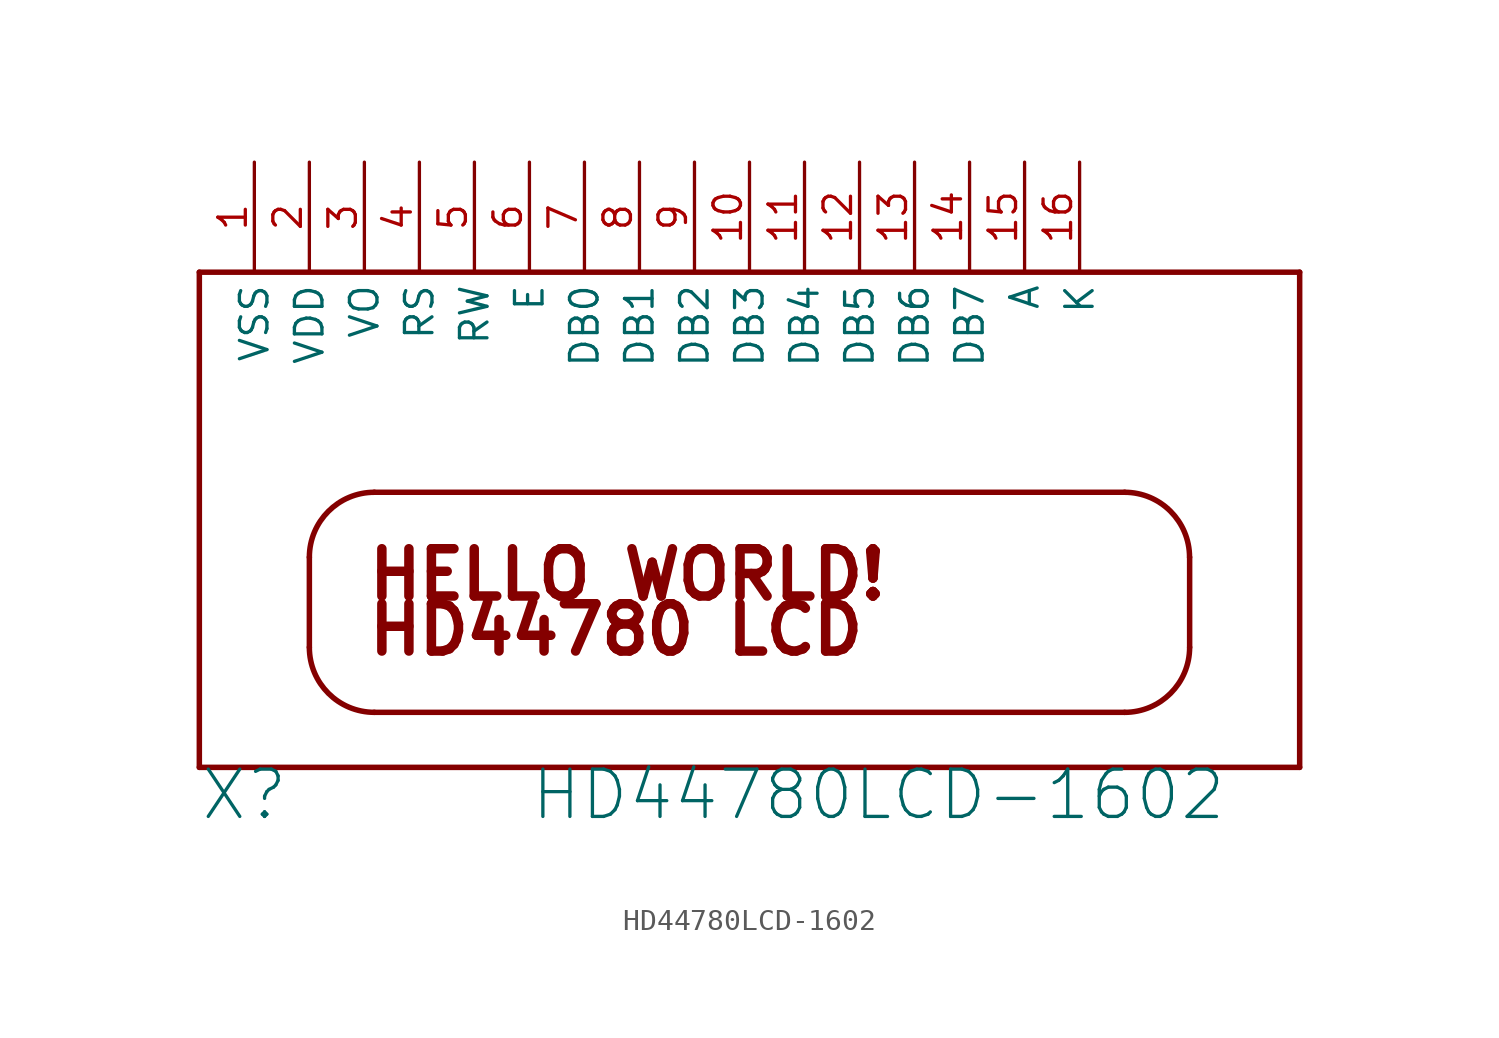
<source format=kicad_sym>
(kicad_symbol_lib
  (version 20211014)
  (generator kicad_symbol_editor)
  (symbol "HD44780LCD-1602"
    (property "Reference" "X"
      (at -25.4 -12.7 0)
      (effects (font (size 2.184 2.184)) (justify left bottom)))
    (property "Value" "HD44780LCD-1602"
      (at -10.16 -12.7 0)
      (effects (font (size 2.184 2.184)) (justify left bottom)))
    (property "ki_locked" ""
      (at 0 0 0)
      (effects (font (size 1.27 1.27))))
    (symbol "HD44780LCD-1602_1_0"
      (arc (start -20.32 -4.62) (mid -19.4413 -6.7413) (end -17.32 -7.62) (stroke (width 0.254) (type default) (color 0 0 0 0)) (fill (type none)))
      (arc (start -17.32 2.54) (mid -19.4413 1.6613) (end -20.32 -0.46) (stroke (width 0.254) (type default) (color 0 0 0 0)) (fill (type none)))
      (polyline (pts (xy -25.4 -10.16) (xy 25.4 -10.16)) (stroke (width 0.254) (type default) (color 0 0 0 0)) (fill (type none)))
      (polyline (pts (xy -25.4 12.7) (xy -25.4 -10.16)) (stroke (width 0.254) (type default) (color 0 0 0 0)) (fill (type none)))
      (polyline (pts (xy -20.32 -4.62) (xy -20.32 -0.46)) (stroke (width 0.254) (type default) (color 0 0 0 0)) (fill (type none)))
      (polyline (pts (xy -17.32 2.54) (xy 17.32 2.54)) (stroke (width 0.254) (type default) (color 0 0 0 0)) (fill (type none)))
      (polyline (pts (xy 17.32 -7.62) (xy -17.32 -7.62)) (stroke (width 0.254) (type default) (color 0 0 0 0)) (fill (type none)))
      (polyline (pts (xy 20.32 -0.46) (xy 20.32 -4.62)) (stroke (width 0.254) (type default) (color 0 0 0 0)) (fill (type none)))
      (polyline (pts (xy 25.4 -10.16) (xy 25.4 12.7)) (stroke (width 0.254) (type default) (color 0 0 0 0)) (fill (type none)))
      (polyline (pts (xy 25.4 12.7) (xy -25.4 12.7)) (stroke (width 0.254) (type default) (color 0 0 0 0)) (fill (type none)))
      (arc (start 17.32 -7.62) (mid 19.4413 -6.7413) (end 20.32 -4.62) (stroke (width 0.254) (type default) (color 0 0 0 0)) (fill (type none)))
      (arc (start 20.32 -0.46) (mid 19.4413 1.6613) (end 17.32 2.54) (stroke (width 0.254) (type default) (color 0 0 0 0)) (fill (type none)))
      (text "HD44780 LCD " (at -17.78 -5.08 0) (effects (font (size 2.184 2.184) (thickness 0.437) bold) (justify left bottom)))
      (text "HELLO WORLD!" (at -17.78 -2.54 0) (effects (font (size 2.184 2.184) (thickness 0.437) bold) (justify left bottom)))
      (pin power_in line (at -22.86 17.78 270) (length 5.08) (name "VSS" (effects (font (size 1.27 1.27)))) (number "1" (effects (font (size 1.27 1.27)))))
      (pin bidirectional line (at 0 17.78 270) (length 5.08) (name "DB3" (effects (font (size 1.27 1.27)))) (number "10" (effects (font (size 1.27 1.27)))))
      (pin bidirectional line (at 2.54 17.78 270) (length 5.08) (name "DB4" (effects (font (size 1.27 1.27)))) (number "11" (effects (font (size 1.27 1.27)))))
      (pin bidirectional line (at 5.08 17.78 270) (length 5.08) (name "DB5" (effects (font (size 1.27 1.27)))) (number "12" (effects (font (size 1.27 1.27)))))
      (pin bidirectional line (at 7.62 17.78 270) (length 5.08) (name "DB6" (effects (font (size 1.27 1.27)))) (number "13" (effects (font (size 1.27 1.27)))))
      (pin bidirectional line (at 10.16 17.78 270) (length 5.08) (name "DB7" (effects (font (size 1.27 1.27)))) (number "14" (effects (font (size 1.27 1.27)))))
      (pin input line (at 12.7 17.78 270) (length 5.08) (name "A" (effects (font (size 1.27 1.27)))) (number "15" (effects (font (size 1.27 1.27)))))
      (pin input line (at 15.24 17.78 270) (length 5.08) (name "K" (effects (font (size 1.27 1.27)))) (number "16" (effects (font (size 1.27 1.27)))))
      (pin power_in line (at -20.32 17.78 270) (length 5.08) (name "VDD" (effects (font (size 1.27 1.27)))) (number "2" (effects (font (size 1.27 1.27)))))
      (pin input line (at -17.78 17.78 270) (length 5.08) (name "VO" (effects (font (size 1.27 1.27)))) (number "3" (effects (font (size 1.27 1.27)))))
      (pin input line (at -15.24 17.78 270) (length 5.08) (name "RS" (effects (font (size 1.27 1.27)))) (number "4" (effects (font (size 1.27 1.27)))))
      (pin input line (at -12.7 17.78 270) (length 5.08) (name "RW" (effects (font (size 1.27 1.27)))) (number "5" (effects (font (size 1.27 1.27)))))
      (pin input line (at -10.16 17.78 270) (length 5.08) (name "E" (effects (font (size 1.27 1.27)))) (number "6" (effects (font (size 1.27 1.27)))))
      (pin bidirectional line (at -7.62 17.78 270) (length 5.08) (name "DB0" (effects (font (size 1.27 1.27)))) (number "7" (effects (font (size 1.27 1.27)))))
      (pin bidirectional line (at -5.08 17.78 270) (length 5.08) (name "DB1" (effects (font (size 1.27 1.27)))) (number "8" (effects (font (size 1.27 1.27)))))
      (pin bidirectional line (at -2.54 17.78 270) (length 5.08) (name "DB2" (effects (font (size 1.27 1.27)))) (number "9" (effects (font (size 1.27 1.27))))))))
</source>
